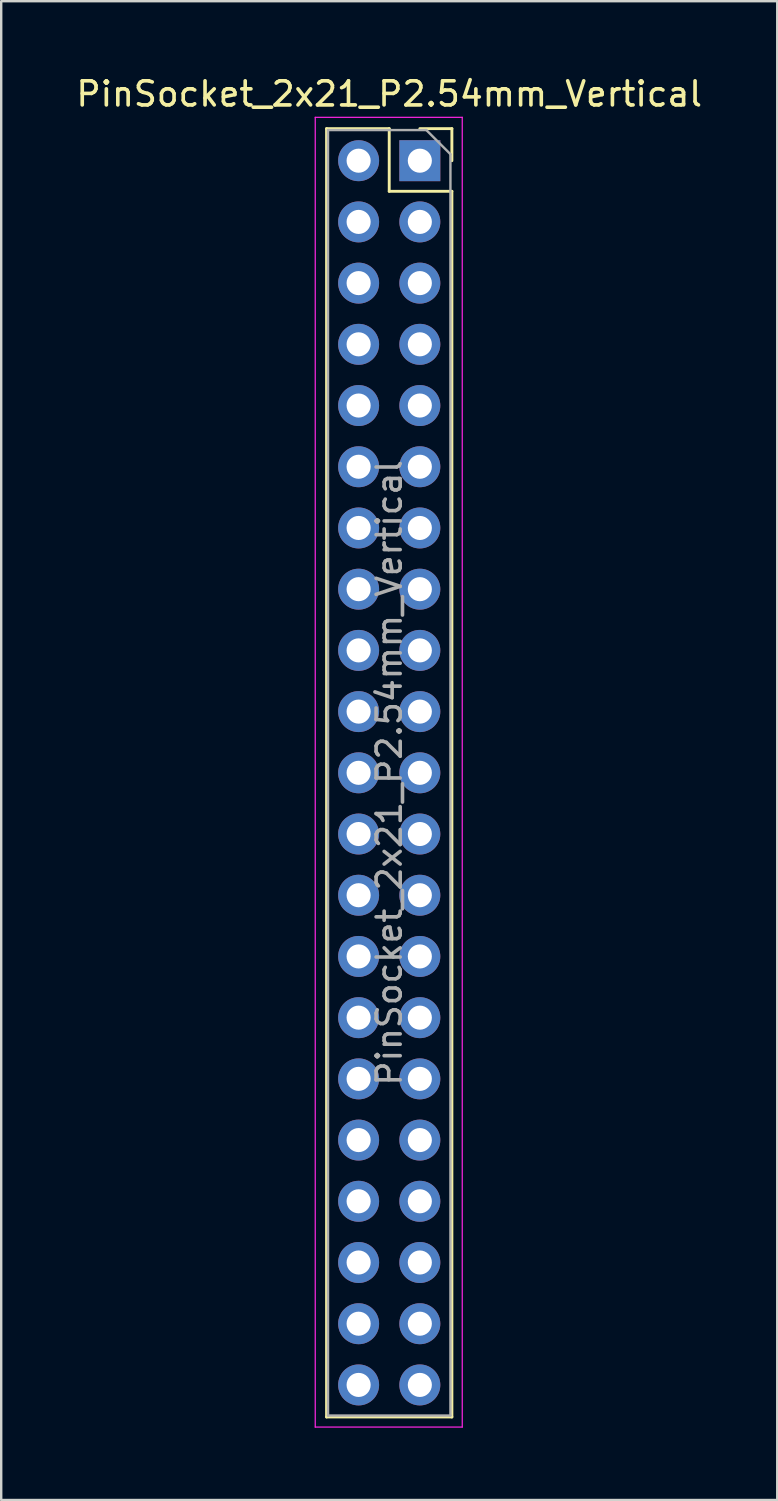
<source format=kicad_pcb>
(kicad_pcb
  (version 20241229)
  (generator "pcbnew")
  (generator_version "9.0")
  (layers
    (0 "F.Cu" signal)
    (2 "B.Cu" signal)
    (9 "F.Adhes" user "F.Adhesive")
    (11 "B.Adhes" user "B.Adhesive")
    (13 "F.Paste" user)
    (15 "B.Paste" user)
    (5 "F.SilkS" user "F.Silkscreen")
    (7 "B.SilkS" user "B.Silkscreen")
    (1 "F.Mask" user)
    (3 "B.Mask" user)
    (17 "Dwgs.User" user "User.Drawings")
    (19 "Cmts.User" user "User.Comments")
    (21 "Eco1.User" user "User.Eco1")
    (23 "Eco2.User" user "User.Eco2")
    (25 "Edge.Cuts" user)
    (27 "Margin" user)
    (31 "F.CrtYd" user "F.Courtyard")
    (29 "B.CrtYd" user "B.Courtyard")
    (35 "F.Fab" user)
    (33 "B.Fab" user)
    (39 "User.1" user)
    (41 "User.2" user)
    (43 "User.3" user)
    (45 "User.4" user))
  (footprint "PinSocket_2x21_P2.54mm_Vertical"
    (layer "F.Cu")
    (at 14.371 3.618)
    (property "Reference" "PinSocket_2x21_P2.54mm_Vertical" (at -1.27 -2.77 0) (layer "F.SilkS") (effects (font (size 1 1) (thickness 0.15))))
    (attr through_hole)
    (fp_line (start -3.87 -1.33) (end -3.87 52.13) (stroke (width 0.12) (type solid)) (layer "F.SilkS"))
    (fp_line (start -3.87 -1.33) (end -1.27 -1.33) (stroke (width 0.12) (type solid)) (layer "F.SilkS"))
    (fp_line (start -3.87 52.13) (end 1.33 52.13) (stroke (width 0.12) (type solid)) (layer "F.SilkS"))
    (fp_line (start -1.27 -1.33) (end -1.27 1.27) (stroke (width 0.12) (type solid)) (layer "F.SilkS"))
    (fp_line (start -1.27 1.27) (end 1.33 1.27) (stroke (width 0.12) (type solid)) (layer "F.SilkS"))
    (fp_line (start 0 -1.33) (end 1.33 -1.33) (stroke (width 0.12) (type solid)) (layer "F.SilkS"))
    (fp_line (start 1.33 -1.33) (end 1.33 0) (stroke (width 0.12) (type solid)) (layer "F.SilkS"))
    (fp_line (start 1.33 1.27) (end 1.33 52.13) (stroke (width 0.12) (type solid)) (layer "F.SilkS"))
    (fp_line (start -4.34 -1.8) (end 1.76 -1.8) (stroke (width 0.05) (type solid)) (layer "F.CrtYd"))
    (fp_line (start -4.34 52.55) (end -4.34 -1.8) (stroke (width 0.05) (type solid)) (layer "F.CrtYd"))
    (fp_line (start 1.76 -1.8) (end 1.76 52.55) (stroke (width 0.05) (type solid)) (layer "F.CrtYd"))
    (fp_line (start 1.76 52.55) (end -4.34 52.55) (stroke (width 0.05) (type solid)) (layer "F.CrtYd"))
    (fp_line (start -3.81 -1.27) (end 0.27 -1.27) (stroke (width 0.1) (type solid)) (layer "F.Fab"))
    (fp_line (start -3.81 52.07) (end -3.81 -1.27) (stroke (width 0.1) (type solid)) (layer "F.Fab"))
    (fp_line (start 0.27 -1.27) (end 1.27 -0.27) (stroke (width 0.1) (type solid)) (layer "F.Fab"))
    (fp_line (start 1.27 -0.27) (end 1.27 52.07) (stroke (width 0.1) (type solid)) (layer "F.Fab"))
    (fp_line (start 1.27 52.07) (end -3.81 52.07) (stroke (width 0.1) (type solid)) (layer "F.Fab"))
    (fp_text user "${REFERENCE}" (at -1.27 25.4 90) (layer "F.Fab") (effects (font (size 1 1) (thickness 0.15))))
    (pad "1" thru_hole rect (at 0 0) (size 1.7 1.7) (drill 1) (layers "*.Cu" "*.Mask"))
    (pad "2" thru_hole oval (at -2.54 0) (size 1.7 1.7) (drill 1) (layers "*.Cu" "*.Mask"))
    (pad "3" thru_hole oval (at 0 2.54) (size 1.7 1.7) (drill 1) (layers "*.Cu" "*.Mask"))
    (pad "4" thru_hole oval (at -2.54 2.54) (size 1.7 1.7) (drill 1) (layers "*.Cu" "*.Mask"))
    (pad "5" thru_hole oval (at 0 5.08) (size 1.7 1.7) (drill 1) (layers "*.Cu" "*.Mask"))
    (pad "6" thru_hole oval (at -2.54 5.08) (size 1.7 1.7) (drill 1) (layers "*.Cu" "*.Mask"))
    (pad "7" thru_hole oval (at 0 7.62) (size 1.7 1.7) (drill 1) (layers "*.Cu" "*.Mask"))
    (pad "8" thru_hole oval (at -2.54 7.62) (size 1.7 1.7) (drill 1) (layers "*.Cu" "*.Mask"))
    (pad "9" thru_hole oval (at 0 10.16) (size 1.7 1.7) (drill 1) (layers "*.Cu" "*.Mask"))
    (pad "10" thru_hole oval (at -2.54 10.16) (size 1.7 1.7) (drill 1) (layers "*.Cu" "*.Mask"))
    (pad "11" thru_hole oval (at 0 12.7) (size 1.7 1.7) (drill 1) (layers "*.Cu" "*.Mask"))
    (pad "12" thru_hole oval (at -2.54 12.7) (size 1.7 1.7) (drill 1) (layers "*.Cu" "*.Mask"))
    (pad "13" thru_hole oval (at 0 15.24) (size 1.7 1.7) (drill 1) (layers "*.Cu" "*.Mask"))
    (pad "14" thru_hole oval (at -2.54 15.24) (size 1.7 1.7) (drill 1) (layers "*.Cu" "*.Mask"))
    (pad "15" thru_hole oval (at 0 17.78) (size 1.7 1.7) (drill 1) (layers "*.Cu" "*.Mask"))
    (pad "16" thru_hole oval (at -2.54 17.78) (size 1.7 1.7) (drill 1) (layers "*.Cu" "*.Mask"))
    (pad "17" thru_hole oval (at 0 20.32) (size 1.7 1.7) (drill 1) (layers "*.Cu" "*.Mask"))
    (pad "18" thru_hole oval (at -2.54 20.32) (size 1.7 1.7) (drill 1) (layers "*.Cu" "*.Mask"))
    (pad "19" thru_hole oval (at 0 22.86) (size 1.7 1.7) (drill 1) (layers "*.Cu" "*.Mask"))
    (pad "20" thru_hole oval (at -2.54 22.86) (size 1.7 1.7) (drill 1) (layers "*.Cu" "*.Mask"))
    (pad "21" thru_hole oval (at 0 25.4) (size 1.7 1.7) (drill 1) (layers "*.Cu" "*.Mask"))
    (pad "22" thru_hole oval (at -2.54 25.4) (size 1.7 1.7) (drill 1) (layers "*.Cu" "*.Mask"))
    (pad "23" thru_hole oval (at 0 27.94) (size 1.7 1.7) (drill 1) (layers "*.Cu" "*.Mask"))
    (pad "24" thru_hole oval (at -2.54 27.94) (size 1.7 1.7) (drill 1) (layers "*.Cu" "*.Mask"))
    (pad "25" thru_hole oval (at 0 30.48) (size 1.7 1.7) (drill 1) (layers "*.Cu" "*.Mask"))
    (pad "26" thru_hole oval (at -2.54 30.48) (size 1.7 1.7) (drill 1) (layers "*.Cu" "*.Mask"))
    (pad "27" thru_hole oval (at 0 33.02) (size 1.7 1.7) (drill 1) (layers "*.Cu" "*.Mask"))
    (pad "28" thru_hole oval (at -2.54 33.02) (size 1.7 1.7) (drill 1) (layers "*.Cu" "*.Mask"))
    (pad "29" thru_hole oval (at 0 35.56) (size 1.7 1.7) (drill 1) (layers "*.Cu" "*.Mask"))
    (pad "30" thru_hole oval (at -2.54 35.56) (size 1.7 1.7) (drill 1) (layers "*.Cu" "*.Mask"))
    (pad "31" thru_hole oval (at 0 38.1) (size 1.7 1.7) (drill 1) (layers "*.Cu" "*.Mask"))
    (pad "32" thru_hole oval (at -2.54 38.1) (size 1.7 1.7) (drill 1) (layers "*.Cu" "*.Mask"))
    (pad "33" thru_hole oval (at 0 40.64) (size 1.7 1.7) (drill 1) (layers "*.Cu" "*.Mask"))
    (pad "34" thru_hole oval (at -2.54 40.64) (size 1.7 1.7) (drill 1) (layers "*.Cu" "*.Mask"))
    (pad "35" thru_hole oval (at 0 43.18) (size 1.7 1.7) (drill 1) (layers "*.Cu" "*.Mask"))
    (pad "36" thru_hole oval (at -2.54 43.18) (size 1.7 1.7) (drill 1) (layers "*.Cu" "*.Mask"))
    (pad "37" thru_hole oval (at 0 45.72) (size 1.7 1.7) (drill 1) (layers "*.Cu" "*.Mask"))
    (pad "38" thru_hole oval (at -2.54 45.72) (size 1.7 1.7) (drill 1) (layers "*.Cu" "*.Mask"))
    (pad "39" thru_hole oval (at 0 48.26) (size 1.7 1.7) (drill 1) (layers "*.Cu" "*.Mask"))
    (pad "40" thru_hole oval (at -2.54 48.26) (size 1.7 1.7) (drill 1) (layers "*.Cu" "*.Mask"))
    (pad "41" thru_hole oval (at 0 50.8) (size 1.7 1.7) (drill 1) (layers "*.Cu" "*.Mask"))
    (pad "42" thru_hole oval (at -2.54 50.8) (size 1.7 1.7) (drill 1) (layers "*.Cu" "*.Mask")))
  (gr_rect
    (start -3 -3)
    (end 29.202 59.193)
    (stroke (width 0.1) (type default))
    (fill no)
    (layer "Edge.Cuts")))
</source>
